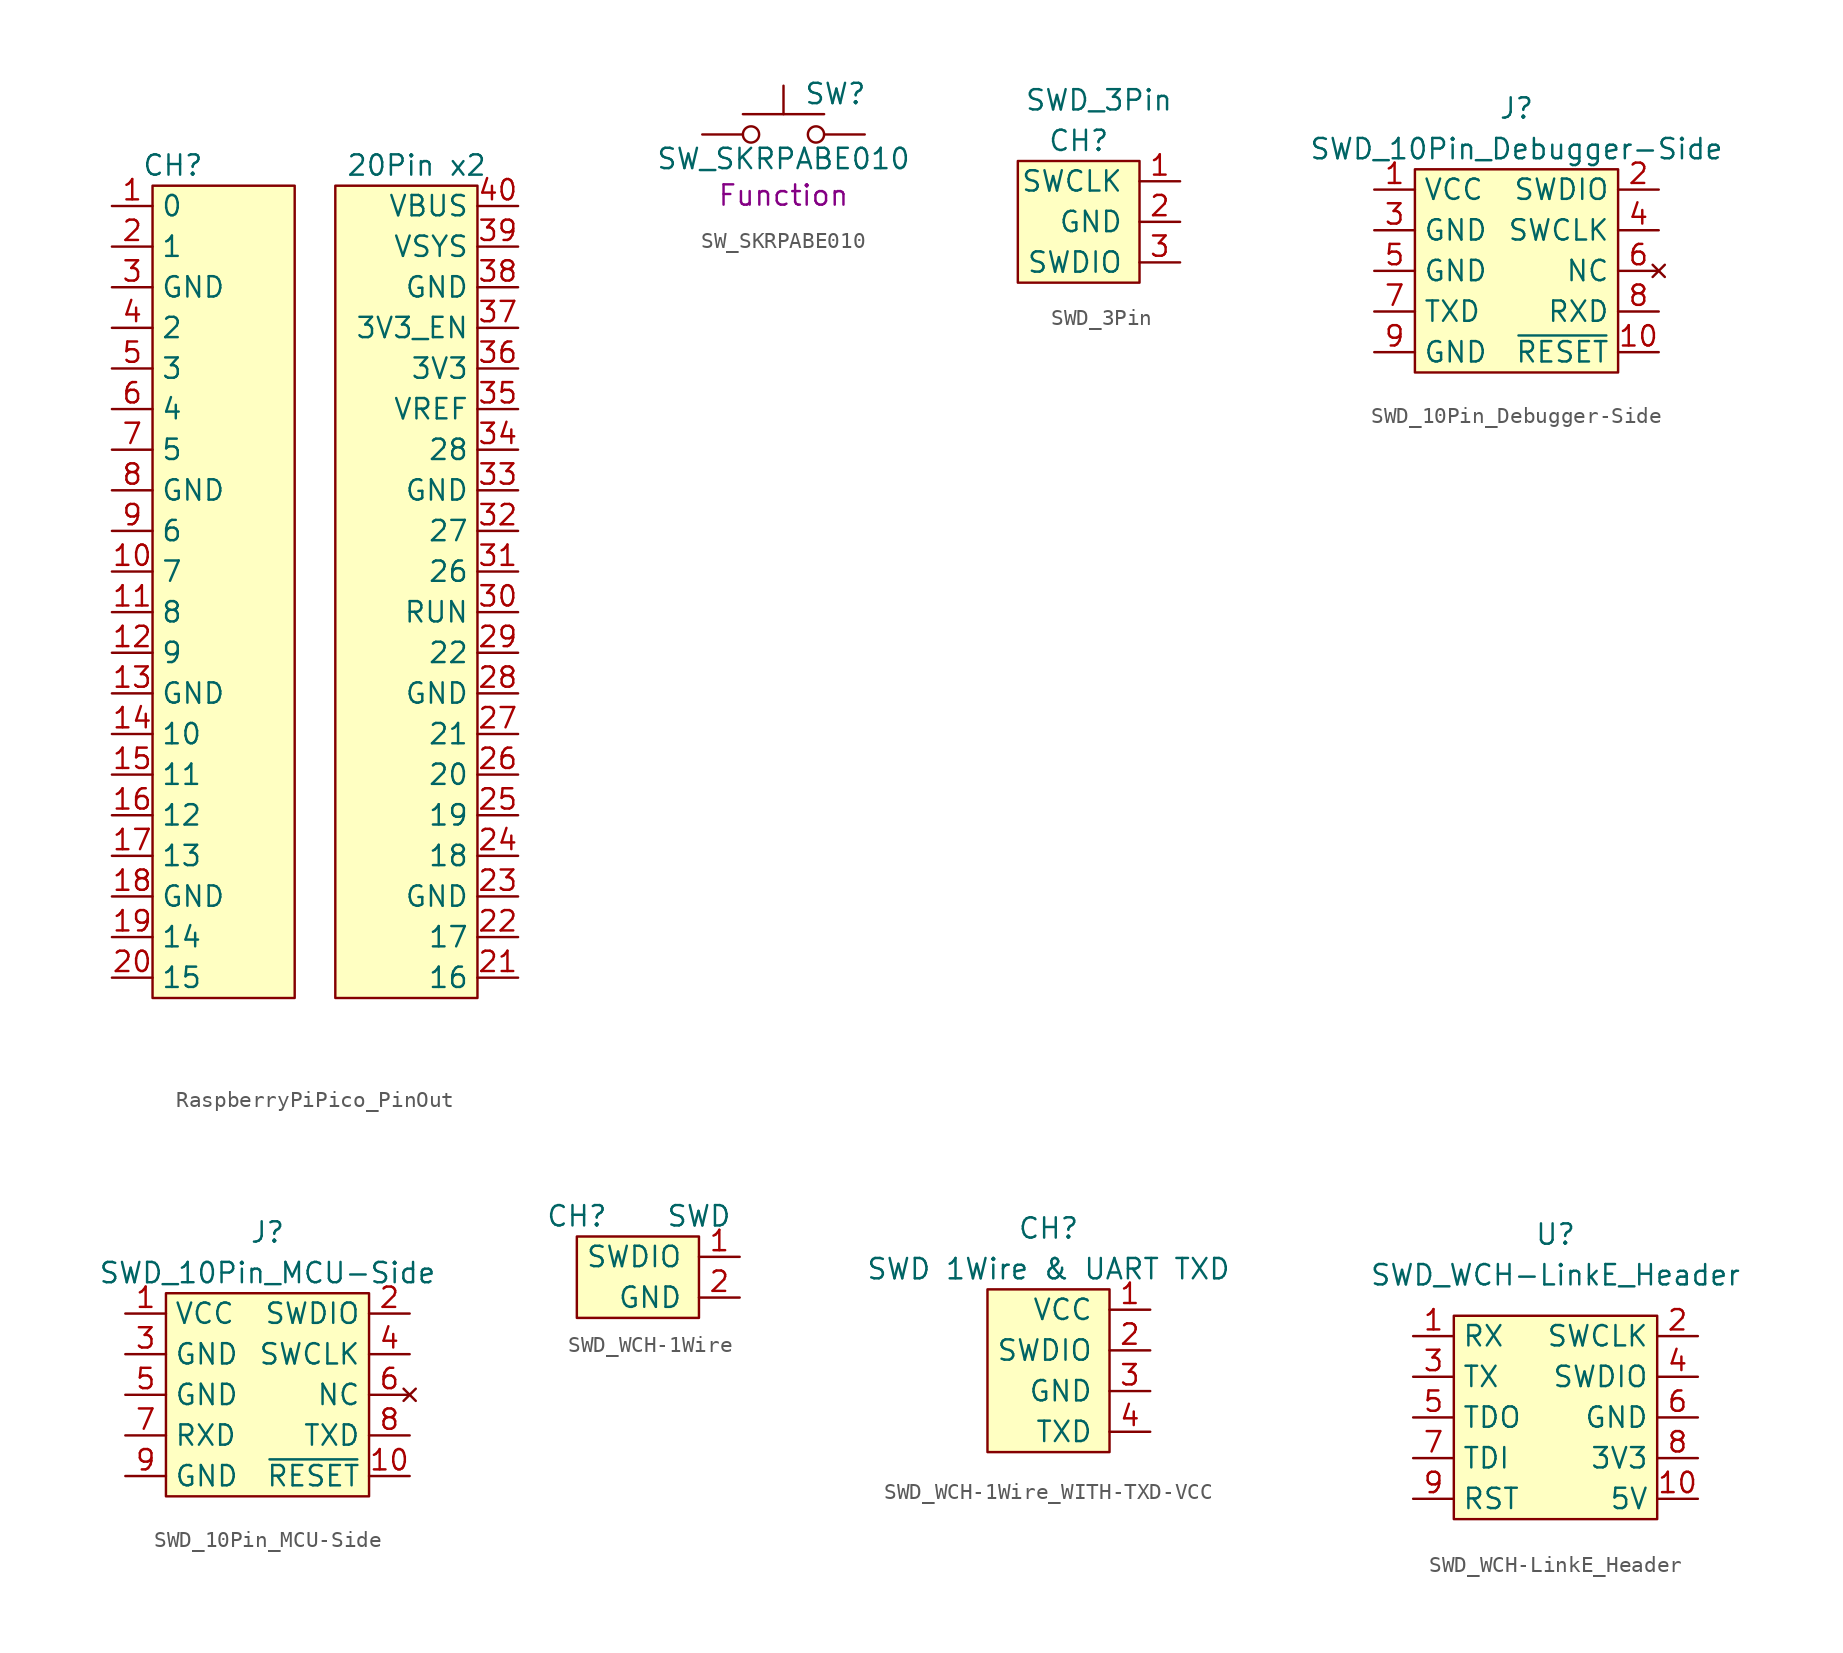
<source format=kicad_sym>
(kicad_symbol_lib
  (version 20220914)
  (generator kicad_symbol_editor)
  (symbol "RaspberryPiPico_PinOut"
    (property "Reference" "CH"
      (at -8.89 1.27 0)
      (effects (font (size 1.27 1.27))))
    (property "Value" "20Pin x2"
      (at 6.35 1.27 0)
      (effects (font (size 1.27 1.27))))
    (symbol "RaspberryPiPico_PinOut_0_1"
      (rectangle (start -10.16 0) (end -1.27 -50.8) (stroke (width 0.152) (type default)) (fill (type background)))
      (rectangle (start 1.27 0) (end 10.16 -50.8) (stroke (width 0.152) (type default)) (fill (type background))))
    (symbol "RaspberryPiPico_PinOut_1_1"
      (pin bidirectional line (at -12.7 -1.27 0) (length 2.54) (name "0" (effects (font (size 1.27 1.27)))) (number "1" (effects (font (size 1.27 1.27)))))
      (pin bidirectional line (at -12.7 -24.13 0) (length 2.54) (name "7" (effects (font (size 1.27 1.27)))) (number "10" (effects (font (size 1.27 1.27)))))
      (pin bidirectional line (at -12.7 -26.67 0) (length 2.54) (name "8" (effects (font (size 1.27 1.27)))) (number "11" (effects (font (size 1.27 1.27)))))
      (pin bidirectional line (at -12.7 -29.21 0) (length 2.54) (name "9" (effects (font (size 1.27 1.27)))) (number "12" (effects (font (size 1.27 1.27)))))
      (pin power_in line (at -12.7 -31.75 0) (length 2.54) (name "GND" (effects (font (size 1.27 1.27)))) (number "13" (effects (font (size 1.27 1.27)))))
      (pin bidirectional line (at -12.7 -34.29 0) (length 2.54) (name "10" (effects (font (size 1.27 1.27)))) (number "14" (effects (font (size 1.27 1.27)))))
      (pin bidirectional line (at -12.7 -36.83 0) (length 2.54) (name "11" (effects (font (size 1.27 1.27)))) (number "15" (effects (font (size 1.27 1.27)))))
      (pin bidirectional line (at -12.7 -39.37 0) (length 2.54) (name "12" (effects (font (size 1.27 1.27)))) (number "16" (effects (font (size 1.27 1.27)))))
      (pin bidirectional line (at -12.7 -41.91 0) (length 2.54) (name "13" (effects (font (size 1.27 1.27)))) (number "17" (effects (font (size 1.27 1.27)))))
      (pin power_in line (at -12.7 -44.45 0) (length 2.54) (name "GND" (effects (font (size 1.27 1.27)))) (number "18" (effects (font (size 1.27 1.27)))))
      (pin bidirectional line (at -12.7 -46.99 0) (length 2.54) (name "14" (effects (font (size 1.27 1.27)))) (number "19" (effects (font (size 1.27 1.27)))))
      (pin bidirectional line (at -12.7 -3.81 0) (length 2.54) (name "1" (effects (font (size 1.27 1.27)))) (number "2" (effects (font (size 1.27 1.27)))))
      (pin bidirectional line (at -12.7 -49.53 0) (length 2.54) (name "15" (effects (font (size 1.27 1.27)))) (number "20" (effects (font (size 1.27 1.27)))))
      (pin bidirectional line (at 12.7 -49.53 180) (length 2.54) (name "16" (effects (font (size 1.27 1.27)))) (number "21" (effects (font (size 1.27 1.27)))))
      (pin bidirectional line (at 12.7 -46.99 180) (length 2.54) (name "17" (effects (font (size 1.27 1.27)))) (number "22" (effects (font (size 1.27 1.27)))))
      (pin power_in line (at 12.7 -44.45 180) (length 2.54) (name "GND" (effects (font (size 1.27 1.27)))) (number "23" (effects (font (size 1.27 1.27)))))
      (pin bidirectional line (at 12.7 -41.91 180) (length 2.54) (name "18" (effects (font (size 1.27 1.27)))) (number "24" (effects (font (size 1.27 1.27)))))
      (pin bidirectional line (at 12.7 -39.37 180) (length 2.54) (name "19" (effects (font (size 1.27 1.27)))) (number "25" (effects (font (size 1.27 1.27)))))
      (pin bidirectional line (at 12.7 -36.83 180) (length 2.54) (name "20" (effects (font (size 1.27 1.27)))) (number "26" (effects (font (size 1.27 1.27)))))
      (pin bidirectional line (at 12.7 -34.29 180) (length 2.54) (name "21" (effects (font (size 1.27 1.27)))) (number "27" (effects (font (size 1.27 1.27)))))
      (pin power_in line (at 12.7 -31.75 180) (length 2.54) (name "GND" (effects (font (size 1.27 1.27)))) (number "28" (effects (font (size 1.27 1.27)))))
      (pin bidirectional line (at 12.7 -29.21 180) (length 2.54) (name "22" (effects (font (size 1.27 1.27)))) (number "29" (effects (font (size 1.27 1.27)))))
      (pin power_in line (at -12.7 -6.35 0) (length 2.54) (name "GND" (effects (font (size 1.27 1.27)))) (number "3" (effects (font (size 1.27 1.27)))))
      (pin output line (at 12.7 -26.67 180) (length 2.54) (name "RUN" (effects (font (size 1.27 1.27)))) (number "30" (effects (font (size 1.27 1.27)))))
      (pin bidirectional line (at 12.7 -24.13 180) (length 2.54) (name "26" (effects (font (size 1.27 1.27)))) (number "31" (effects (font (size 1.27 1.27)))))
      (pin bidirectional line (at 12.7 -21.59 180) (length 2.54) (name "27" (effects (font (size 1.27 1.27)))) (number "32" (effects (font (size 1.27 1.27)))))
      (pin power_in line (at 12.7 -19.05 180) (length 2.54) (name "GND" (effects (font (size 1.27 1.27)))) (number "33" (effects (font (size 1.27 1.27)))))
      (pin bidirectional line (at 12.7 -16.51 180) (length 2.54) (name "28" (effects (font (size 1.27 1.27)))) (number "34" (effects (font (size 1.27 1.27)))))
      (pin input line (at 12.7 -13.97 180) (length 2.54) (name "VREF" (effects (font (size 1.27 1.27)))) (number "35" (effects (font (size 1.27 1.27)))))
      (pin power_in line (at 12.7 -11.43 180) (length 2.54) (name "3V3" (effects (font (size 1.27 1.27)))) (number "36" (effects (font (size 1.27 1.27)))))
      (pin bidirectional line (at 12.7 -8.89 180) (length 2.54) (name "3V3_EN" (effects (font (size 1.27 1.27)))) (number "37" (effects (font (size 1.27 1.27)))))
      (pin power_in line (at 12.7 -6.35 180) (length 2.54) (name "GND" (effects (font (size 1.27 1.27)))) (number "38" (effects (font (size 1.27 1.27)))))
      (pin power_in line (at 12.7 -3.81 180) (length 2.54) (name "VSYS" (effects (font (size 1.27 1.27)))) (number "39" (effects (font (size 1.27 1.27)))))
      (pin bidirectional line (at -12.7 -8.89 0) (length 2.54) (name "2" (effects (font (size 1.27 1.27)))) (number "4" (effects (font (size 1.27 1.27)))))
      (pin power_in line (at 12.7 -1.27 180) (length 2.54) (name "VBUS" (effects (font (size 1.27 1.27)))) (number "40" (effects (font (size 1.27 1.27)))))
      (pin bidirectional line (at -12.7 -11.43 0) (length 2.54) (name "3" (effects (font (size 1.27 1.27)))) (number "5" (effects (font (size 1.27 1.27)))))
      (pin bidirectional line (at -12.7 -13.97 0) (length 2.54) (name "4" (effects (font (size 1.27 1.27)))) (number "6" (effects (font (size 1.27 1.27)))))
      (pin bidirectional line (at -12.7 -16.51 0) (length 2.54) (name "5" (effects (font (size 1.27 1.27)))) (number "7" (effects (font (size 1.27 1.27)))))
      (pin power_in line (at -12.7 -19.05 0) (length 2.54) (name "GND" (effects (font (size 1.27 1.27)))) (number "8" (effects (font (size 1.27 1.27)))))
      (pin bidirectional line (at -12.7 -21.59 0) (length 2.54) (name "6" (effects (font (size 1.27 1.27)))) (number "9" (effects (font (size 1.27 1.27)))))))
  (symbol "SW_SKRPABE010"
    (pin_numbers hide)
    (pin_names
      (offset 1.016) hide)
    (property "Reference" "SW"
      (at 1.27 2.54 0)
      (effects (font (size 1.27 1.27)) (justify left)))
    (property "Value" "SW_SKRPABE010"
      (at 0 -1.524 0)
      (effects (font (size 1.27 1.27))))
    (property "Function" "Function"
      (at 0 -3.81 0)
      (effects (font (size 1.27 1.27))))
    (symbol "SW_SKRPABE010_0_1"
      (circle (center -2.032 0) (radius 0.508) (stroke (width 0) (type default)) (fill (type none)))
      (polyline (pts (xy 0 1.27) (xy 0 3.048)) (stroke (width 0) (type default)) (fill (type none)))
      (polyline (pts (xy 2.54 1.27) (xy -2.54 1.27)) (stroke (width 0) (type default)) (fill (type none)))
      (circle (center 2.032 0) (radius 0.508) (stroke (width 0) (type default)) (fill (type none)))
      (pin passive line (at -5.08 0 0) (length 2.54) (name "1" (effects (font (size 1.27 1.27)))) (number "1" (effects (font (size 1.27 1.27)))))
      (pin passive line (at 5.08 0 180) (length 2.54) (name "2" (effects (font (size 1.27 1.27)))) (number "2" (effects (font (size 1.27 1.27)))))))
  (symbol "SWD_3Pin"
    (pin_names
      (offset 1.016))
    (property "Reference" "CH"
      (at 0 7.62 0)
      (effects (font (size 1.27 1.27))))
    (property "Value" "SWD_3Pin"
      (at 1.27 10.16 0)
      (effects (font (size 1.27 1.27))))
    (symbol "SWD_3Pin_0_1"
      (rectangle (start -3.81 6.35) (end 3.81 -1.27) (stroke (width 0) (type default)) (fill (type background))))
    (symbol "SWD_3Pin_1_1"
      (pin input line (at 6.35 5.08 180) (length 2.54) (name "SWCLK" (effects (font (size 1.27 1.27)))) (number "1" (effects (font (size 1.27 1.27)))))
      (pin power_in line (at 6.35 2.54 180) (length 2.54) (name "GND" (effects (font (size 1.27 1.27)))) (number "2" (effects (font (size 1.27 1.27)))))
      (pin input line (at 6.35 0 180) (length 2.54) (name "SWDIO" (effects (font (size 1.27 1.27)))) (number "3" (effects (font (size 1.27 1.27)))))))
  (symbol "SWD_10Pin_Debugger-Side"
    (property "Reference" "J"
      (at 0 7.62 0)
      (effects (font (size 1.27 1.27))))
    (property "Value" "SWD_10Pin_Debugger-Side"
      (at 0 5.08 0)
      (effects (font (size 1.27 1.27))))
    (symbol "SWD_10Pin_Debugger-Side_0_1"
      (rectangle (start -6.35 3.81) (end 6.35 -8.89) (stroke (width 0) (type default)) (fill (type background))))
    (symbol "SWD_10Pin_Debugger-Side_1_1"
      (pin power_in line (at -8.89 2.54 0) (length 2.54) (name "VCC" (effects (font (size 1.27 1.27)))) (number "1" (effects (font (size 1.27 1.27)))))
      (pin bidirectional line (at 8.89 -7.62 180) (length 2.54) (name "~{RESET}" (effects (font (size 1.27 1.27)))) (number "10" (effects (font (size 1.27 1.27)))))
      (pin bidirectional line (at 8.89 2.54 180) (length 2.54) (name "SWDIO" (effects (font (size 1.27 1.27)))) (number "2" (effects (font (size 1.27 1.27)))))
      (pin power_in line (at -8.89 0 0) (length 2.54) (name "GND" (effects (font (size 1.27 1.27)))) (number "3" (effects (font (size 1.27 1.27)))))
      (pin input line (at 8.89 0 180) (length 2.54) (name "SWCLK" (effects (font (size 1.27 1.27)))) (number "4" (effects (font (size 1.27 1.27)))))
      (pin power_in line (at -8.89 -2.54 0) (length 2.54) (name "GND" (effects (font (size 1.27 1.27)))) (number "5" (effects (font (size 1.27 1.27)))))
      (pin no_connect line (at 8.89 -2.54 180) (length 2.54) (name "NC" (effects (font (size 1.27 1.27)))) (number "6" (effects (font (size 1.27 1.27)))))
      (pin output line (at -8.89 -5.08 0) (length 2.54) (name "TXD" (effects (font (size 1.27 1.27)))) (number "7" (effects (font (size 1.27 1.27)))))
      (pin input line (at 8.89 -5.08 180) (length 2.54) (name "RXD" (effects (font (size 1.27 1.27)))) (number "8" (effects (font (size 1.27 1.27)))))
      (pin power_in line (at -8.89 -7.62 0) (length 2.54) (name "GND" (effects (font (size 1.27 1.27)))) (number "9" (effects (font (size 1.27 1.27)))))))
  (symbol "SWD_10Pin_MCU-Side"
    (property "Reference" "J"
      (at 0 7.62 0)
      (effects (font (size 1.27 1.27))))
    (property "Value" "SWD_10Pin_MCU-Side"
      (at 0 5.08 0)
      (effects (font (size 1.27 1.27))))
    (symbol "SWD_10Pin_MCU-Side_0_1"
      (rectangle (start -6.35 3.81) (end 6.35 -8.89) (stroke (width 0) (type default)) (fill (type background))))
    (symbol "SWD_10Pin_MCU-Side_1_1"
      (pin passive line (at -8.89 2.54 0) (length 2.54) (name "VCC" (effects (font (size 1.27 1.27)))) (number "1" (effects (font (size 1.27 1.27)))))
      (pin bidirectional line (at 8.89 -7.62 180) (length 2.54) (name "~{RESET}" (effects (font (size 1.27 1.27)))) (number "10" (effects (font (size 1.27 1.27)))))
      (pin bidirectional line (at 8.89 2.54 180) (length 2.54) (name "SWDIO" (effects (font (size 1.27 1.27)))) (number "2" (effects (font (size 1.27 1.27)))))
      (pin passive line (at -8.89 0 0) (length 2.54) (name "GND" (effects (font (size 1.27 1.27)))) (number "3" (effects (font (size 1.27 1.27)))))
      (pin input line (at 8.89 0 180) (length 2.54) (name "SWCLK" (effects (font (size 1.27 1.27)))) (number "4" (effects (font (size 1.27 1.27)))))
      (pin passive line (at -8.89 -2.54 0) (length 2.54) (name "GND" (effects (font (size 1.27 1.27)))) (number "5" (effects (font (size 1.27 1.27)))))
      (pin no_connect line (at 8.89 -2.54 180) (length 2.54) (name "NC" (effects (font (size 1.27 1.27)))) (number "6" (effects (font (size 1.27 1.27)))))
      (pin input line (at -8.89 -5.08 0) (length 2.54) (name "RXD" (effects (font (size 1.27 1.27)))) (number "7" (effects (font (size 1.27 1.27)))))
      (pin output line (at 8.89 -5.08 180) (length 2.54) (name "TXD" (effects (font (size 1.27 1.27)))) (number "8" (effects (font (size 1.27 1.27)))))
      (pin passive line (at -8.89 -7.62 0) (length 2.54) (name "GND" (effects (font (size 1.27 1.27)))) (number "9" (effects (font (size 1.27 1.27)))))))
  (symbol "SWD_WCH-1Wire"
    (pin_names
      (offset 1.016))
    (property "Reference" "CH"
      (at -3.81 5.08 0)
      (effects (font (size 1.27 1.27))))
    (property "Value" "SWD"
      (at 3.81 5.08 0)
      (effects (font (size 1.27 1.27))))
    (symbol "SWD_WCH-1Wire_0_1"
      (rectangle (start -3.81 3.81) (end 3.81 -1.27) (stroke (width 0) (type default)) (fill (type background))))
    (symbol "SWD_WCH-1Wire_1_1"
      (pin bidirectional line (at 6.35 2.54 180) (length 2.54) (name "SWDIO" (effects (font (size 1.27 1.27)))) (number "1" (effects (font (size 1.27 1.27)))))
      (pin power_out line (at 6.35 0 180) (length 2.54) (name "GND" (effects (font (size 1.27 1.27)))) (number "2" (effects (font (size 1.27 1.27)))))))
  (symbol "SWD_WCH-1Wire_WITH-TXD-VCC"
    (pin_names
      (offset 1.016))
    (property "Reference" "CH"
      (at 0 7.62 0)
      (effects (font (size 1.27 1.27))))
    (property "Value" "SWD 1Wire & UART TXD"
      (at 0 5.08 0)
      (effects (font (size 1.27 1.27))))
    (symbol "SWD_WCH-1Wire_WITH-TXD-VCC_0_1"
      (rectangle (start -3.81 3.81) (end 3.81 -6.35) (stroke (width 0) (type default)) (fill (type background))))
    (symbol "SWD_WCH-1Wire_WITH-TXD-VCC_1_1"
      (pin power_out line (at 6.35 2.54 180) (length 2.54) (name "VCC" (effects (font (size 1.27 1.27)))) (number "1" (effects (font (size 1.27 1.27)))))
      (pin bidirectional line (at 6.35 0 180) (length 2.54) (name "SWDIO" (effects (font (size 1.27 1.27)))) (number "2" (effects (font (size 1.27 1.27)))))
      (pin power_out line (at 6.35 -2.54 180) (length 2.54) (name "GND" (effects (font (size 1.27 1.27)))) (number "3" (effects (font (size 1.27 1.27)))))
      (pin input line (at 6.35 -5.08 180) (length 2.54) (name "TXD" (effects (font (size 1.27 1.27)))) (number "4" (effects (font (size 1.27 1.27)))))))
  (symbol "SWD_WCH-LinkE_Header"
    (property "Reference" "U"
      (at 0 10.16 0)
      (effects (font (size 1.27 1.27))))
    (property "Value" "SWD_WCH-LinkE_Header"
      (at 0 7.62 0)
      (effects (font (size 1.27 1.27))))
    (symbol "SWD_WCH-LinkE_Header_0_1"
      (rectangle (start -6.35 5.08) (end 6.35 -7.62) (stroke (width 0) (type default)) (fill (type background))))
    (symbol "SWD_WCH-LinkE_Header_1_1"
      (pin input line (at -8.89 3.81 0) (length 2.54) (name "RX" (effects (font (size 1.27 1.27)))) (number "1" (effects (font (size 1.27 1.27)))))
      (pin power_in line (at 8.89 -6.35 180) (length 2.54) (name "5V" (effects (font (size 1.27 1.27)))) (number "10" (effects (font (size 1.27 1.27)))))
      (pin output line (at 8.89 3.81 180) (length 2.54) (name "SWCLK" (effects (font (size 1.27 1.27)))) (number "2" (effects (font (size 1.27 1.27)))))
      (pin output line (at -8.89 1.27 0) (length 2.54) (name "TX" (effects (font (size 1.27 1.27)))) (number "3" (effects (font (size 1.27 1.27)))))
      (pin bidirectional line (at 8.89 1.27 180) (length 2.54) (name "SWDIO" (effects (font (size 1.27 1.27)))) (number "4" (effects (font (size 1.27 1.27)))))
      (pin output line (at -8.89 -1.27 0) (length 2.54) (name "TDO" (effects (font (size 1.27 1.27)))) (number "5" (effects (font (size 1.27 1.27)))))
      (pin power_in line (at 8.89 -1.27 180) (length 2.54) (name "GND" (effects (font (size 1.27 1.27)))) (number "6" (effects (font (size 1.27 1.27)))))
      (pin input line (at -8.89 -3.81 0) (length 2.54) (name "TDI" (effects (font (size 1.27 1.27)))) (number "7" (effects (font (size 1.27 1.27)))))
      (pin power_in line (at 8.89 -3.81 180) (length 2.54) (name "3V3" (effects (font (size 1.27 1.27)))) (number "8" (effects (font (size 1.27 1.27)))))
      (pin output line (at -8.89 -6.35 0) (length 2.54) (name "RST" (effects (font (size 1.27 1.27)))) (number "9" (effects (font (size 1.27 1.27))))))))
</source>
